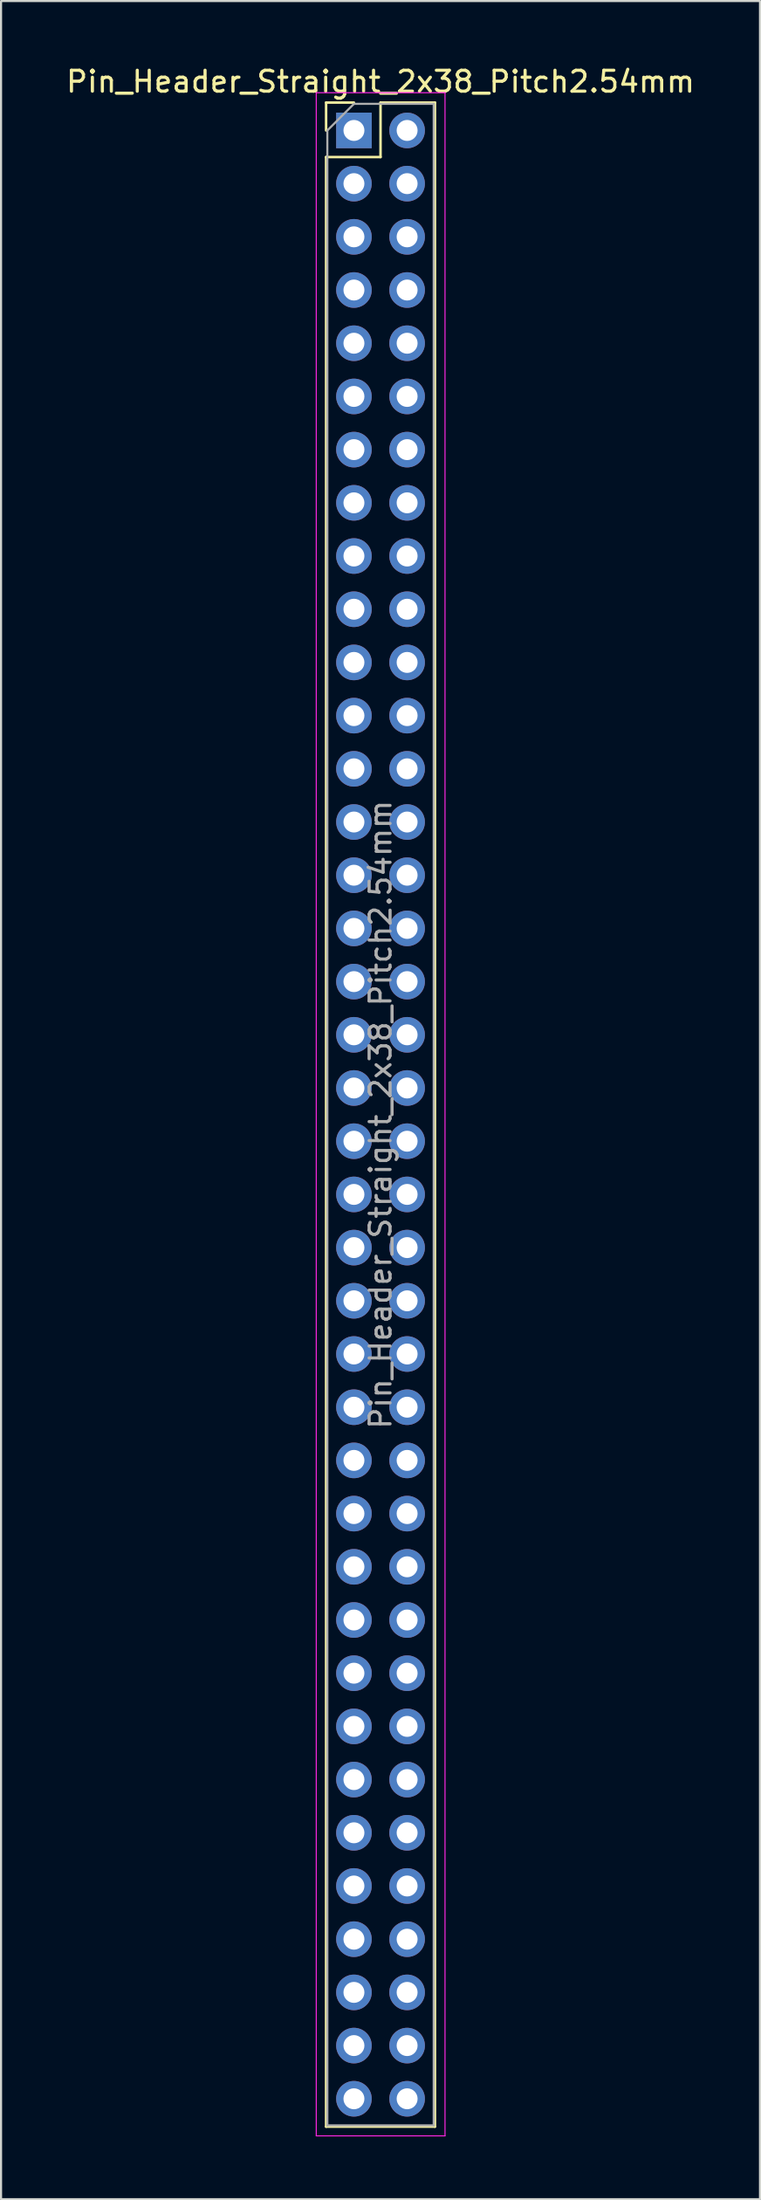
<source format=kicad_pcb>
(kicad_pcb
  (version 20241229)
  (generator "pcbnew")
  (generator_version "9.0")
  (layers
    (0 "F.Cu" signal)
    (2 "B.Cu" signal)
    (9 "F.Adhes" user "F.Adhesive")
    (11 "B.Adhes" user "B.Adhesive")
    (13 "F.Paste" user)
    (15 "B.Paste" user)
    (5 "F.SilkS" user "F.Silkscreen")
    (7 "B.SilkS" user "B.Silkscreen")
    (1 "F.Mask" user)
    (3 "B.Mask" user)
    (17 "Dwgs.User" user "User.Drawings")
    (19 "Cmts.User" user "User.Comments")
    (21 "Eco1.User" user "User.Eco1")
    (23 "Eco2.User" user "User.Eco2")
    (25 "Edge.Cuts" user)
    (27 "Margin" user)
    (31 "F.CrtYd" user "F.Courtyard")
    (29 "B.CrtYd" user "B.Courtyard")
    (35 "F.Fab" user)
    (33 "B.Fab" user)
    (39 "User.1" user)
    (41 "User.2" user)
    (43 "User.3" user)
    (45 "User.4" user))
  (footprint "Pin_Header_Straight_2x38_Pitch2.54mm"
    (layer "F.Cu")
    (at 13.855 3.178)
    (property "Reference" "Pin_Header_Straight_2x38_Pitch2.54mm" (at 1.27 -2.33 0) (layer "F.SilkS") (effects (font (size 1 1) (thickness 0.15))))
    (attr through_hole)
    (fp_line (start -1.33 -1.33) (end 0 -1.33) (stroke (width 0.12) (type solid)) (layer "F.SilkS"))
    (fp_line (start -1.33 0) (end -1.33 -1.33) (stroke (width 0.12) (type solid)) (layer "F.SilkS"))
    (fp_line (start -1.33 1.27) (end -1.33 95.31) (stroke (width 0.12) (type solid)) (layer "F.SilkS"))
    (fp_line (start -1.33 1.27) (end 1.27 1.27) (stroke (width 0.12) (type solid)) (layer "F.SilkS"))
    (fp_line (start -1.33 95.31) (end 3.87 95.31) (stroke (width 0.12) (type solid)) (layer "F.SilkS"))
    (fp_line (start 1.27 -1.33) (end 3.87 -1.33) (stroke (width 0.12) (type solid)) (layer "F.SilkS"))
    (fp_line (start 1.27 1.27) (end 1.27 -1.33) (stroke (width 0.12) (type solid)) (layer "F.SilkS"))
    (fp_line (start 3.87 -1.33) (end 3.87 95.31) (stroke (width 0.12) (type solid)) (layer "F.SilkS"))
    (fp_line (start -1.8 -1.8) (end -1.8 95.75) (stroke (width 0.05) (type solid)) (layer "F.CrtYd"))
    (fp_line (start -1.8 95.75) (end 4.35 95.75) (stroke (width 0.05) (type solid)) (layer "F.CrtYd"))
    (fp_line (start 4.35 -1.8) (end -1.8 -1.8) (stroke (width 0.05) (type solid)) (layer "F.CrtYd"))
    (fp_line (start 4.35 95.75) (end 4.35 -1.8) (stroke (width 0.05) (type solid)) (layer "F.CrtYd"))
    (fp_line (start -1.27 0) (end 0 -1.27) (stroke (width 0.1) (type solid)) (layer "F.Fab"))
    (fp_line (start -1.27 95.25) (end -1.27 0) (stroke (width 0.1) (type solid)) (layer "F.Fab"))
    (fp_line (start 0 -1.27) (end 3.81 -1.27) (stroke (width 0.1) (type solid)) (layer "F.Fab"))
    (fp_line (start 3.81 -1.27) (end 3.81 95.25) (stroke (width 0.1) (type solid)) (layer "F.Fab"))
    (fp_line (start 3.81 95.25) (end -1.27 95.25) (stroke (width 0.1) (type solid)) (layer "F.Fab"))
    (fp_text user "${REFERENCE}" (at 1.27 46.99 90) (layer "F.Fab") (effects (font (size 1 1) (thickness 0.15))))
    (pad "1" thru_hole rect (at 0 0) (size 1.7 1.7) (drill 1) (layers "*.Cu" "*.Mask"))
    (pad "2" thru_hole oval (at 2.54 0) (size 1.7 1.7) (drill 1) (layers "*.Cu" "*.Mask"))
    (pad "3" thru_hole oval (at 0 2.54) (size 1.7 1.7) (drill 1) (layers "*.Cu" "*.Mask"))
    (pad "4" thru_hole oval (at 2.54 2.54) (size 1.7 1.7) (drill 1) (layers "*.Cu" "*.Mask"))
    (pad "5" thru_hole oval (at 0 5.08) (size 1.7 1.7) (drill 1) (layers "*.Cu" "*.Mask"))
    (pad "6" thru_hole oval (at 2.54 5.08) (size 1.7 1.7) (drill 1) (layers "*.Cu" "*.Mask"))
    (pad "7" thru_hole oval (at 0 7.62) (size 1.7 1.7) (drill 1) (layers "*.Cu" "*.Mask"))
    (pad "8" thru_hole oval (at 2.54 7.62) (size 1.7 1.7) (drill 1) (layers "*.Cu" "*.Mask"))
    (pad "9" thru_hole oval (at 0 10.16) (size 1.7 1.7) (drill 1) (layers "*.Cu" "*.Mask"))
    (pad "10" thru_hole oval (at 2.54 10.16) (size 1.7 1.7) (drill 1) (layers "*.Cu" "*.Mask"))
    (pad "11" thru_hole oval (at 0 12.7) (size 1.7 1.7) (drill 1) (layers "*.Cu" "*.Mask"))
    (pad "12" thru_hole oval (at 2.54 12.7) (size 1.7 1.7) (drill 1) (layers "*.Cu" "*.Mask"))
    (pad "13" thru_hole oval (at 0 15.24) (size 1.7 1.7) (drill 1) (layers "*.Cu" "*.Mask"))
    (pad "14" thru_hole oval (at 2.54 15.24) (size 1.7 1.7) (drill 1) (layers "*.Cu" "*.Mask"))
    (pad "15" thru_hole oval (at 0 17.78) (size 1.7 1.7) (drill 1) (layers "*.Cu" "*.Mask"))
    (pad "16" thru_hole oval (at 2.54 17.78) (size 1.7 1.7) (drill 1) (layers "*.Cu" "*.Mask"))
    (pad "17" thru_hole oval (at 0 20.32) (size 1.7 1.7) (drill 1) (layers "*.Cu" "*.Mask"))
    (pad "18" thru_hole oval (at 2.54 20.32) (size 1.7 1.7) (drill 1) (layers "*.Cu" "*.Mask"))
    (pad "19" thru_hole oval (at 0 22.86) (size 1.7 1.7) (drill 1) (layers "*.Cu" "*.Mask"))
    (pad "20" thru_hole oval (at 2.54 22.86) (size 1.7 1.7) (drill 1) (layers "*.Cu" "*.Mask"))
    (pad "21" thru_hole oval (at 0 25.4) (size 1.7 1.7) (drill 1) (layers "*.Cu" "*.Mask"))
    (pad "22" thru_hole oval (at 2.54 25.4) (size 1.7 1.7) (drill 1) (layers "*.Cu" "*.Mask"))
    (pad "23" thru_hole oval (at 0 27.94) (size 1.7 1.7) (drill 1) (layers "*.Cu" "*.Mask"))
    (pad "24" thru_hole oval (at 2.54 27.94) (size 1.7 1.7) (drill 1) (layers "*.Cu" "*.Mask"))
    (pad "25" thru_hole oval (at 0 30.48) (size 1.7 1.7) (drill 1) (layers "*.Cu" "*.Mask"))
    (pad "26" thru_hole oval (at 2.54 30.48) (size 1.7 1.7) (drill 1) (layers "*.Cu" "*.Mask"))
    (pad "27" thru_hole oval (at 0 33.02) (size 1.7 1.7) (drill 1) (layers "*.Cu" "*.Mask"))
    (pad "28" thru_hole oval (at 2.54 33.02) (size 1.7 1.7) (drill 1) (layers "*.Cu" "*.Mask"))
    (pad "29" thru_hole oval (at 0 35.56) (size 1.7 1.7) (drill 1) (layers "*.Cu" "*.Mask"))
    (pad "30" thru_hole oval (at 2.54 35.56) (size 1.7 1.7) (drill 1) (layers "*.Cu" "*.Mask"))
    (pad "31" thru_hole oval (at 0 38.1) (size 1.7 1.7) (drill 1) (layers "*.Cu" "*.Mask"))
    (pad "32" thru_hole oval (at 2.54 38.1) (size 1.7 1.7) (drill 1) (layers "*.Cu" "*.Mask"))
    (pad "33" thru_hole oval (at 0 40.64) (size 1.7 1.7) (drill 1) (layers "*.Cu" "*.Mask"))
    (pad "34" thru_hole oval (at 2.54 40.64) (size 1.7 1.7) (drill 1) (layers "*.Cu" "*.Mask"))
    (pad "35" thru_hole oval (at 0 43.18) (size 1.7 1.7) (drill 1) (layers "*.Cu" "*.Mask"))
    (pad "36" thru_hole oval (at 2.54 43.18) (size 1.7 1.7) (drill 1) (layers "*.Cu" "*.Mask"))
    (pad "37" thru_hole oval (at 0 45.72) (size 1.7 1.7) (drill 1) (layers "*.Cu" "*.Mask"))
    (pad "38" thru_hole oval (at 2.54 45.72) (size 1.7 1.7) (drill 1) (layers "*.Cu" "*.Mask"))
    (pad "39" thru_hole oval (at 0 48.26) (size 1.7 1.7) (drill 1) (layers "*.Cu" "*.Mask"))
    (pad "40" thru_hole oval (at 2.54 48.26) (size 1.7 1.7) (drill 1) (layers "*.Cu" "*.Mask"))
    (pad "41" thru_hole oval (at 0 50.8) (size 1.7 1.7) (drill 1) (layers "*.Cu" "*.Mask"))
    (pad "42" thru_hole oval (at 2.54 50.8) (size 1.7 1.7) (drill 1) (layers "*.Cu" "*.Mask"))
    (pad "43" thru_hole oval (at 0 53.34) (size 1.7 1.7) (drill 1) (layers "*.Cu" "*.Mask"))
    (pad "44" thru_hole oval (at 2.54 53.34) (size 1.7 1.7) (drill 1) (layers "*.Cu" "*.Mask"))
    (pad "45" thru_hole oval (at 0 55.88) (size 1.7 1.7) (drill 1) (layers "*.Cu" "*.Mask"))
    (pad "46" thru_hole oval (at 2.54 55.88) (size 1.7 1.7) (drill 1) (layers "*.Cu" "*.Mask"))
    (pad "47" thru_hole oval (at 0 58.42) (size 1.7 1.7) (drill 1) (layers "*.Cu" "*.Mask"))
    (pad "48" thru_hole oval (at 2.54 58.42) (size 1.7 1.7) (drill 1) (layers "*.Cu" "*.Mask"))
    (pad "49" thru_hole oval (at 0 60.96) (size 1.7 1.7) (drill 1) (layers "*.Cu" "*.Mask"))
    (pad "50" thru_hole oval (at 2.54 60.96) (size 1.7 1.7) (drill 1) (layers "*.Cu" "*.Mask"))
    (pad "51" thru_hole oval (at 0 63.5) (size 1.7 1.7) (drill 1) (layers "*.Cu" "*.Mask"))
    (pad "52" thru_hole oval (at 2.54 63.5) (size 1.7 1.7) (drill 1) (layers "*.Cu" "*.Mask"))
    (pad "53" thru_hole oval (at 0 66.04) (size 1.7 1.7) (drill 1) (layers "*.Cu" "*.Mask"))
    (pad "54" thru_hole oval (at 2.54 66.04) (size 1.7 1.7) (drill 1) (layers "*.Cu" "*.Mask"))
    (pad "55" thru_hole oval (at 0 68.58) (size 1.7 1.7) (drill 1) (layers "*.Cu" "*.Mask"))
    (pad "56" thru_hole oval (at 2.54 68.58) (size 1.7 1.7) (drill 1) (layers "*.Cu" "*.Mask"))
    (pad "57" thru_hole oval (at 0 71.12) (size 1.7 1.7) (drill 1) (layers "*.Cu" "*.Mask"))
    (pad "58" thru_hole oval (at 2.54 71.12) (size 1.7 1.7) (drill 1) (layers "*.Cu" "*.Mask"))
    (pad "59" thru_hole oval (at 0 73.66) (size 1.7 1.7) (drill 1) (layers "*.Cu" "*.Mask"))
    (pad "60" thru_hole oval (at 2.54 73.66) (size 1.7 1.7) (drill 1) (layers "*.Cu" "*.Mask"))
    (pad "61" thru_hole oval (at 0 76.2) (size 1.7 1.7) (drill 1) (layers "*.Cu" "*.Mask"))
    (pad "62" thru_hole oval (at 2.54 76.2) (size 1.7 1.7) (drill 1) (layers "*.Cu" "*.Mask"))
    (pad "63" thru_hole oval (at 0 78.74) (size 1.7 1.7) (drill 1) (layers "*.Cu" "*.Mask"))
    (pad "64" thru_hole oval (at 2.54 78.74) (size 1.7 1.7) (drill 1) (layers "*.Cu" "*.Mask"))
    (pad "65" thru_hole oval (at 0 81.28) (size 1.7 1.7) (drill 1) (layers "*.Cu" "*.Mask"))
    (pad "66" thru_hole oval (at 2.54 81.28) (size 1.7 1.7) (drill 1) (layers "*.Cu" "*.Mask"))
    (pad "67" thru_hole oval (at 0 83.82) (size 1.7 1.7) (drill 1) (layers "*.Cu" "*.Mask"))
    (pad "68" thru_hole oval (at 2.54 83.82) (size 1.7 1.7) (drill 1) (layers "*.Cu" "*.Mask"))
    (pad "69" thru_hole oval (at 0 86.36) (size 1.7 1.7) (drill 1) (layers "*.Cu" "*.Mask"))
    (pad "70" thru_hole oval (at 2.54 86.36) (size 1.7 1.7) (drill 1) (layers "*.Cu" "*.Mask"))
    (pad "71" thru_hole oval (at 0 88.9) (size 1.7 1.7) (drill 1) (layers "*.Cu" "*.Mask"))
    (pad "72" thru_hole oval (at 2.54 88.9) (size 1.7 1.7) (drill 1) (layers "*.Cu" "*.Mask"))
    (pad "73" thru_hole oval (at 0 91.44) (size 1.7 1.7) (drill 1) (layers "*.Cu" "*.Mask"))
    (pad "74" thru_hole oval (at 2.54 91.44) (size 1.7 1.7) (drill 1) (layers "*.Cu" "*.Mask"))
    (pad "75" thru_hole oval (at 0 93.98) (size 1.7 1.7) (drill 1) (layers "*.Cu" "*.Mask"))
    (pad "76" thru_hole oval (at 2.54 93.98) (size 1.7 1.7) (drill 1) (layers "*.Cu" "*.Mask")))
  (gr_rect
    (start -3 -3)
    (end 33.25 101.953)
    (stroke (width 0.1) (type default))
    (fill no)
    (layer "Edge.Cuts")))
</source>
